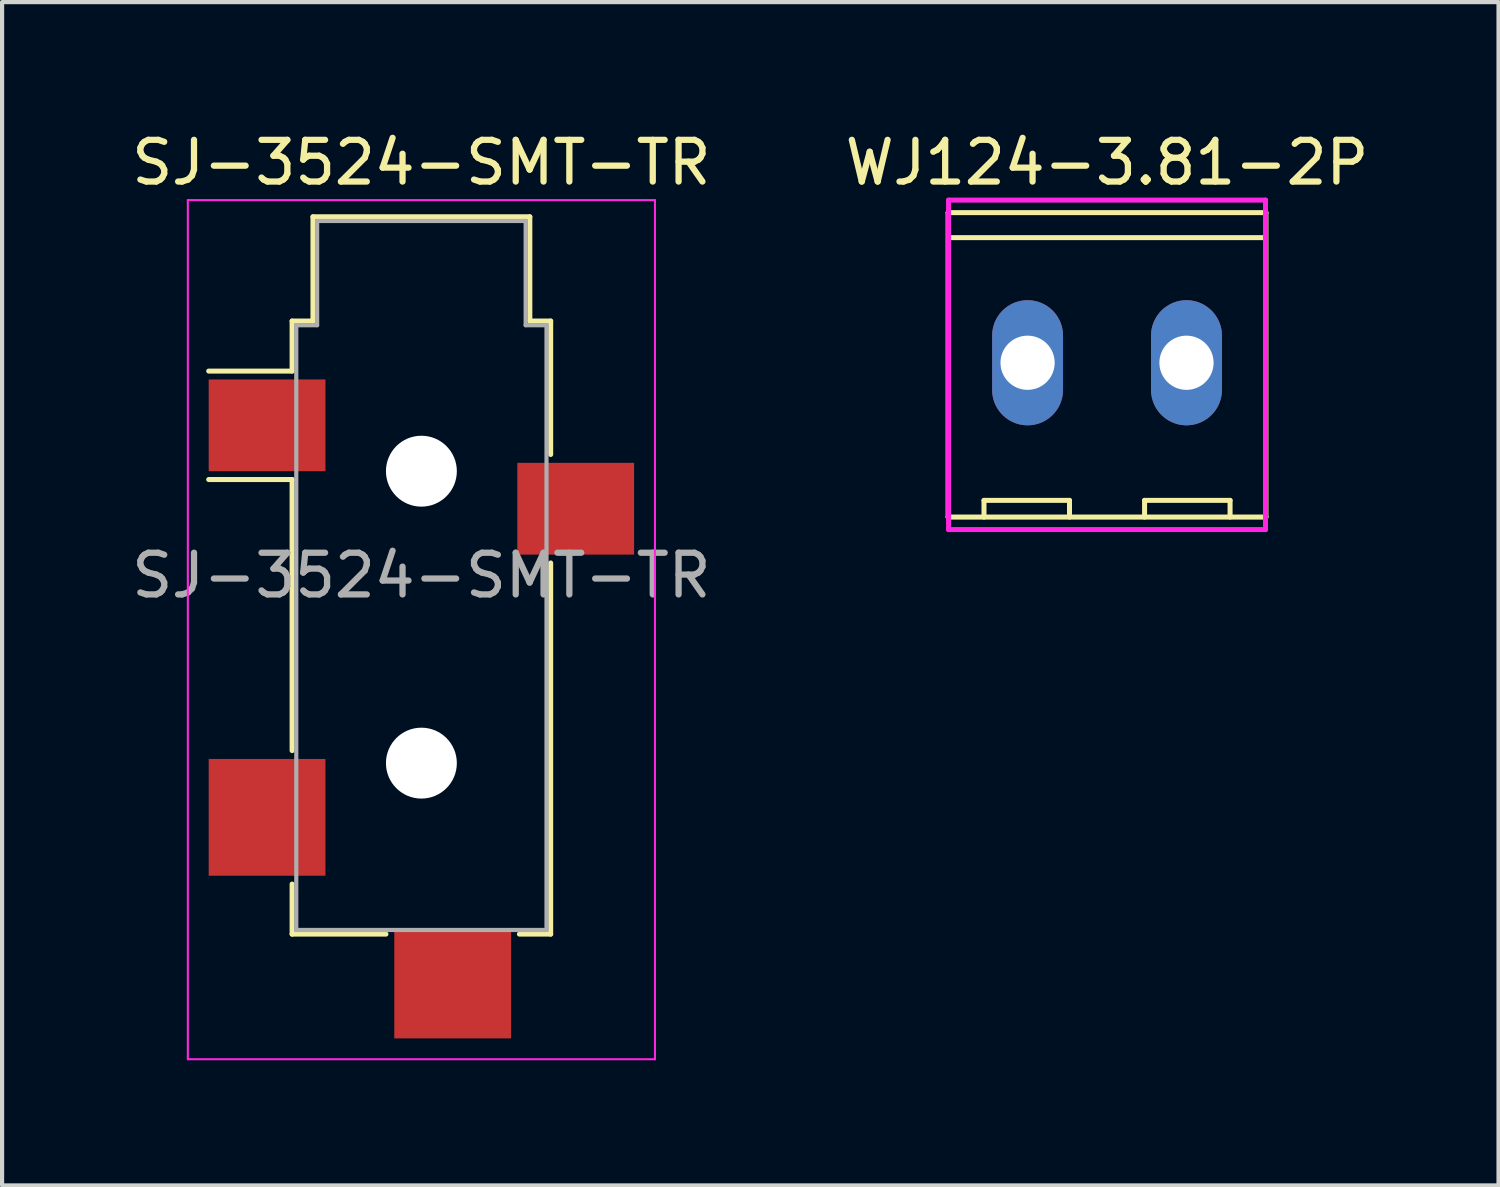
<source format=kicad_pcb>
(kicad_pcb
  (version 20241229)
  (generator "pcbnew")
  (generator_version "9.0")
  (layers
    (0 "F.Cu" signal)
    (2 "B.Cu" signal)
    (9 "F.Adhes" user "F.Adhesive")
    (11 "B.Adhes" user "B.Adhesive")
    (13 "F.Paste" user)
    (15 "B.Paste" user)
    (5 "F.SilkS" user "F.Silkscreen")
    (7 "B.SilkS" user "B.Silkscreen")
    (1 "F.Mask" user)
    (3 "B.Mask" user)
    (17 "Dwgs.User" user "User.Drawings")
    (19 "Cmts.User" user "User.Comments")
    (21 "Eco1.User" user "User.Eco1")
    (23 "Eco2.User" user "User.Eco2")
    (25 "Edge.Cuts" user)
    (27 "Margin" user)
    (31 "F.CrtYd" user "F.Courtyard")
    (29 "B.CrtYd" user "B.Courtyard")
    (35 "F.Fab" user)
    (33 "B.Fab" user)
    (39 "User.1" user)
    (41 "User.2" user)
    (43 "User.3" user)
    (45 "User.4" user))
  (footprint "SJ-3524-SMT-TR"
    (layer "F.Cu")
    (at 7.054 10.748)
    (property "Reference" "SJ-3524-SMT-TR" (at 0 -9.9 0) (layer "F.SilkS") (effects (font (size 1 1) (thickness 0.15))))
    (attr smd)
    (fp_line (start -3.1 -6.1) (end -2.6 -6.1) (stroke (width 0.12) (type solid)) (layer "F.SilkS"))
    (fp_line (start -3.1 -4.9) (end -5.1 -4.9) (stroke (width 0.12) (type solid)) (layer "F.SilkS"))
    (fp_line (start -3.1 -4.9) (end -3.1 -6.1) (stroke (width 0.12) (type solid)) (layer "F.SilkS"))
    (fp_line (start -3.1 -2.3) (end -5.1 -2.3) (stroke (width 0.12) (type solid)) (layer "F.SilkS"))
    (fp_line (start -3.1 4.2) (end -3.1 -2.3) (stroke (width 0.12) (type solid)) (layer "F.SilkS"))
    (fp_line (start -3.1 8.6) (end -3.1 7.4) (stroke (width 0.12) (type solid)) (layer "F.SilkS"))
    (fp_line (start -2.6 -8.6) (end 2.6 -8.6) (stroke (width 0.12) (type solid)) (layer "F.SilkS"))
    (fp_line (start -2.6 -6.1) (end -2.6 -8.6) (stroke (width 0.12) (type solid)) (layer "F.SilkS"))
    (fp_line (start -0.85 8.6) (end -3.1 8.6) (stroke (width 0.12) (type solid)) (layer "F.SilkS"))
    (fp_line (start 2.6 -8.6) (end 2.6 -6.1) (stroke (width 0.12) (type solid)) (layer "F.SilkS"))
    (fp_line (start 2.6 -6.1) (end 3.1 -6.1) (stroke (width 0.12) (type solid)) (layer "F.SilkS"))
    (fp_line (start 3.1 -6.1) (end 3.1 -2.9) (stroke (width 0.12) (type solid)) (layer "F.SilkS"))
    (fp_line (start 3.1 -0.3) (end 3.1 8.6) (stroke (width 0.12) (type solid)) (layer "F.SilkS"))
    (fp_line (start 3.1 8.6) (end 2.35 8.6) (stroke (width 0.12) (type solid)) (layer "F.SilkS"))
    (fp_line (start -5.6 -9) (end 5.6 -9) (stroke (width 0.05) (type solid)) (layer "F.CrtYd"))
    (fp_line (start -5.6 11.6) (end -5.6 -9) (stroke (width 0.05) (type solid)) (layer "F.CrtYd"))
    (fp_line (start 5.6 -9) (end 5.6 11.6) (stroke (width 0.05) (type solid)) (layer "F.CrtYd"))
    (fp_line (start 5.6 11.6) (end -5.6 11.6) (stroke (width 0.05) (type solid)) (layer "F.CrtYd"))
    (fp_line (start -3 -6) (end -2.5 -6) (stroke (width 0.1) (type solid)) (layer "F.Fab"))
    (fp_line (start -3 8.5) (end -3 -6) (stroke (width 0.1) (type solid)) (layer "F.Fab"))
    (fp_line (start -2.5 -8.5) (end 2.5 -8.5) (stroke (width 0.1) (type solid)) (layer "F.Fab"))
    (fp_line (start -2.5 -6) (end -2.5 -8.5) (stroke (width 0.1) (type solid)) (layer "F.Fab"))
    (fp_line (start 2.5 -8.5) (end 2.5 -6) (stroke (width 0.1) (type solid)) (layer "F.Fab"))
    (fp_line (start 2.5 -6) (end 3 -6) (stroke (width 0.1) (type solid)) (layer "F.Fab"))
    (fp_line (start 3 -6) (end 3 8.5) (stroke (width 0.1) (type solid)) (layer "F.Fab"))
    (fp_line (start 3 8.5) (end -3 8.5) (stroke (width 0.1) (type solid)) (layer "F.Fab"))
    (fp_text user "${REFERENCE}" (at 0 0 0) (layer "F.Fab") (effects (font (size 1 1) (thickness 0.15))))
    (pad "" np_thru_hole circle (at 0 -2.5) (size 1.7 1.7) (drill 1.7) (layers "*.Cu" "*.Mask"))
    (pad "" np_thru_hole circle (at 0 4.5) (size 1.7 1.7) (drill 1.7) (layers "*.Cu" "*.Mask"))
    (pad "R" smd rect (at 3.7 -1.6) (size 2.8 2.2) (layers "F.Cu" "F.Mask" "F.Paste"))
    (pad "S" smd rect (at -3.7 -3.6) (size 2.8 2.2) (layers "F.Cu" "F.Mask" "F.Paste"))
    (pad "T" smd rect (at -3.7 5.8) (size 2.8 2.8) (layers "F.Cu" "F.Mask" "F.Paste"))
    (pad "TN" smd rect (at 0.75 9.8) (size 2.8 2.6) (layers "F.Cu" "F.Mask" "F.Paste")))
  (footprint "WJ124-3.81-2P"
    (layer "F.Cu")
    (at 23.494 5.648)
    (property "Reference" "WJ124-3.81-2P" (at 0 -4.8 0) (layer "F.SilkS") (effects (font (size 1 1) (thickness 0.15))))
    (attr through_hole)
    (fp_line (start -3.81 -3.6) (end 3.81 -3.6) (stroke (width 0.12) (type solid)) (layer "F.SilkS"))
    (fp_line (start -3.81 3.7) (end -3.81 -3.6) (stroke (width 0.12) (type solid)) (layer "F.SilkS"))
    (fp_line (start -3.8 -3) (end 3.8 -3) (stroke (width 0.12) (type solid)) (layer "F.SilkS"))
    (fp_line (start -2.95 3.3) (end -2.95 3.7) (stroke (width 0.12) (type solid)) (layer "F.SilkS"))
    (fp_line (start -2.95 3.3) (end -0.9 3.3) (stroke (width 0.12) (type solid)) (layer "F.SilkS"))
    (fp_line (start -0.9 3.3) (end -0.9 3.7) (stroke (width 0.12) (type solid)) (layer "F.SilkS"))
    (fp_line (start 0.9 3.3) (end 0.9 3.7) (stroke (width 0.12) (type solid)) (layer "F.SilkS"))
    (fp_line (start 2.95 3.3) (end 0.9 3.3) (stroke (width 0.12) (type solid)) (layer "F.SilkS"))
    (fp_line (start 2.95 3.3) (end 2.95 3.7) (stroke (width 0.12) (type solid)) (layer "F.SilkS"))
    (fp_line (start 3.81 3.7) (end -3.81 3.7) (stroke (width 0.12) (type solid)) (layer "F.SilkS"))
    (fp_line (start 3.81 3.7) (end 3.81 -3.6) (stroke (width 0.12) (type solid)) (layer "F.SilkS"))
    (fp_line (start -3.8 -3.9) (end 3.8 -3.9) (stroke (width 0.12) (type solid)) (layer "F.CrtYd"))
    (fp_line (start -3.8 4) (end -3.8 -3.9) (stroke (width 0.12) (type solid)) (layer "F.CrtYd"))
    (fp_line (start 3.8 -3.9) (end 3.8 4) (stroke (width 0.12) (type solid)) (layer "F.CrtYd"))
    (fp_line (start 3.8 4) (end -3.8 4) (stroke (width 0.12) (type solid)) (layer "F.CrtYd"))
    (pad "1" thru_hole oval (at -1.905 0 90) (size 3 1.7) (drill 1.3) (layers "*.Cu" "*.Mask"))
    (pad "2" thru_hole oval (at 1.905 0 90) (size 3 1.7) (drill 1.3) (layers "*.Cu" "*.Mask")))
  (gr_rect
    (start -3 -3)
    (end 32.881 25.373)
    (stroke (width 0.1) (type default))
    (fill no)
    (layer "Edge.Cuts")))
</source>
